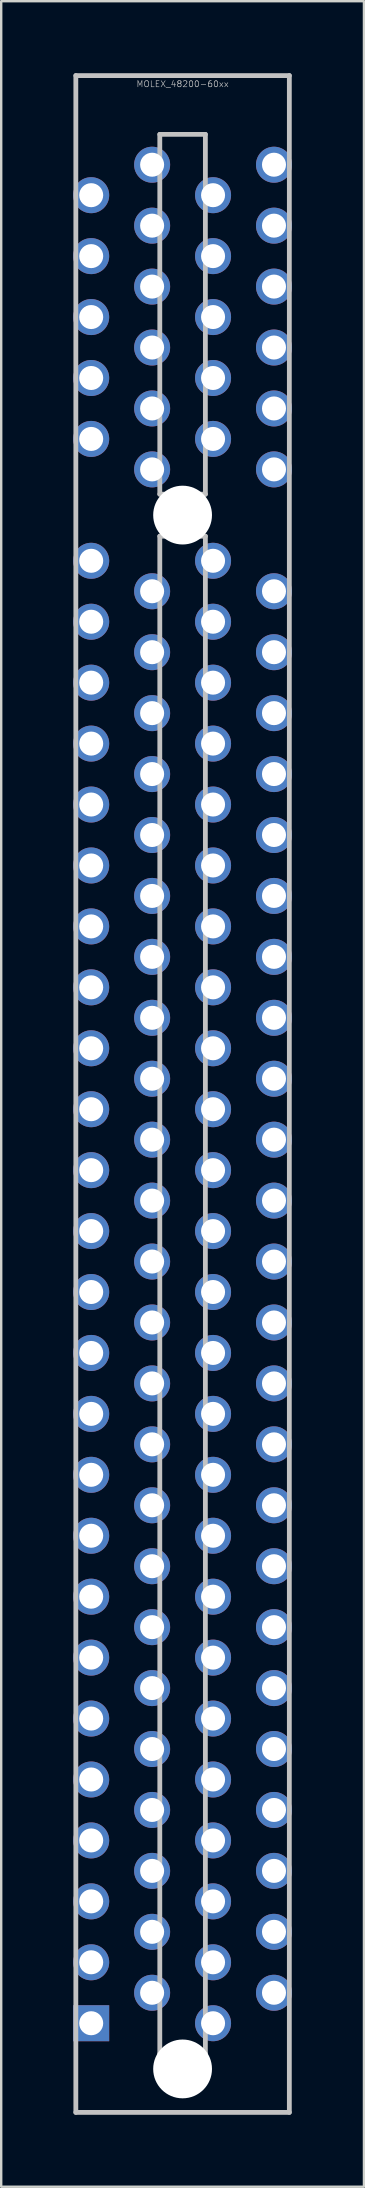
<source format=kicad_pcb>
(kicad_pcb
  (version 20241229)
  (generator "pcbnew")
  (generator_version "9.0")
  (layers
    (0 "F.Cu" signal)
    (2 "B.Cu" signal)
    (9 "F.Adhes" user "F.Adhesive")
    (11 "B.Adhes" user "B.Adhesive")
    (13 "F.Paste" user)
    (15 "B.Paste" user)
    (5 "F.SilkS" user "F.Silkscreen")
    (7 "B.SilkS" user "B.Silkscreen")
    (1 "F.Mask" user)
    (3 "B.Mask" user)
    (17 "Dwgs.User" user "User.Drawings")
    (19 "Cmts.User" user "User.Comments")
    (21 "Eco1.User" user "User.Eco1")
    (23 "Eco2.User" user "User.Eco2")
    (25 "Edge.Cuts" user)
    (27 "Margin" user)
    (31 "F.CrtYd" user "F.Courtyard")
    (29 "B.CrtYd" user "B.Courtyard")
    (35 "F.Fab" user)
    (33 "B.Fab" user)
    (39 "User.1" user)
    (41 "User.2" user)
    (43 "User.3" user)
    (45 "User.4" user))
  (footprint "MOLEX_48200-60xx"
    (layer "F.Cu")
    (at 4.561 42.551)
    (property "Reference" "MOLEX_48200-60xx" (at 0 -42.1 180) (layer "Dwgs.User") (effects (font (size 0.254 0.254) (thickness 0.025))))
    (attr through_hole)
    (fp_line (start -4.45 -42.451) (end -4.45 42.451) (stroke (width 0.2) (type solid)) (layer "Dwgs.User"))
    (fp_line (start -4.45 42.451) (end 4.45 42.451) (stroke (width 0.2) (type solid)) (layer "Dwgs.User"))
    (fp_line (start -0.95 -40) (end -0.95 -25.001) (stroke (width 0.2) (type solid)) (layer "Dwgs.User"))
    (fp_line (start -0.95 -25.001) (end 0.95 -25.001) (stroke (width 0.2) (type solid)) (layer "Dwgs.User"))
    (fp_line (start -0.95 -23.251) (end 0.95 -23.251) (stroke (width 0.2) (type solid)) (layer "Dwgs.User"))
    (fp_line (start -0.95 40) (end -0.95 -23.251) (stroke (width 0.2) (type solid)) (layer "Dwgs.User"))
    (fp_line (start 0.95 -40) (end -0.95 -40) (stroke (width 0.2) (type solid)) (layer "Dwgs.User"))
    (fp_line (start 0.95 -25.001) (end 0.95 -40) (stroke (width 0.2) (type solid)) (layer "Dwgs.User"))
    (fp_line (start 0.95 -23.251) (end 0.95 40) (stroke (width 0.2) (type solid)) (layer "Dwgs.User"))
    (fp_line (start 0.95 40) (end -0.95 40) (stroke (width 0.2) (type solid)) (layer "Dwgs.User"))
    (fp_line (start 4.45 -42.451) (end -4.45 -42.451) (stroke (width 0.2) (type solid)) (layer "Dwgs.User"))
    (fp_line (start 4.45 42.451) (end 4.45 -42.451) (stroke (width 0.2) (type solid)) (layer "Dwgs.User"))
    (pad "" np_thru_hole circle (at 0 -24.13 270) (size 2.451 2.451) (drill 2.451) (layers "*.Cu" "*.Mask"))
    (pad "" np_thru_hole circle (at 0 40.64 270) (size 2.451 2.451) (drill 2.451) (layers "*.Cu" "*.Mask"))
    (pad "A1" thru_hole rect (at -3.81 38.735) (size 1.501 1.501) (drill 1.001) (layers "*.Cu" "*.Mask"))
    (pad "A2" thru_hole circle (at -1.27 37.465 270) (size 1.501 1.501) (drill 1.001) (layers "*.Cu" "*.Mask"))
    (pad "A3" thru_hole circle (at -3.81 36.195 270) (size 1.501 1.501) (drill 1.001) (layers "*.Cu" "*.Mask"))
    (pad "A4" thru_hole circle (at -1.27 34.925 270) (size 1.501 1.501) (drill 1.001) (layers "*.Cu" "*.Mask"))
    (pad "A5" thru_hole circle (at -3.81 33.655 270) (size 1.501 1.501) (drill 1.001) (layers "*.Cu" "*.Mask"))
    (pad "A6" thru_hole circle (at -1.27 32.385 270) (size 1.501 1.501) (drill 1.001) (layers "*.Cu" "*.Mask"))
    (pad "A7" thru_hole circle (at -3.81 31.115 270) (size 1.501 1.501) (drill 1.001) (layers "*.Cu" "*.Mask"))
    (pad "A8" thru_hole circle (at -1.27 29.845 270) (size 1.501 1.501) (drill 1.001) (layers "*.Cu" "*.Mask"))
    (pad "A9" thru_hole circle (at -3.81 28.575 270) (size 1.501 1.501) (drill 1.001) (layers "*.Cu" "*.Mask"))
    (pad "A10" thru_hole circle (at -1.27 27.305 270) (size 1.501 1.501) (drill 1.001) (layers "*.Cu" "*.Mask"))
    (pad "A11" thru_hole circle (at -3.81 26.035 270) (size 1.501 1.501) (drill 1.001) (layers "*.Cu" "*.Mask"))
    (pad "A12" thru_hole circle (at -1.27 24.765 270) (size 1.501 1.501) (drill 1.001) (layers "*.Cu" "*.Mask"))
    (pad "A13" thru_hole circle (at -3.81 23.495 270) (size 1.501 1.501) (drill 1.001) (layers "*.Cu" "*.Mask"))
    (pad "A14" thru_hole circle (at -1.27 22.225 270) (size 1.501 1.501) (drill 1.001) (layers "*.Cu" "*.Mask"))
    (pad "A15" thru_hole circle (at -3.81 20.955 270) (size 1.501 1.501) (drill 1.001) (layers "*.Cu" "*.Mask"))
    (pad "A16" thru_hole circle (at -1.27 19.685 270) (size 1.501 1.501) (drill 1.001) (layers "*.Cu" "*.Mask"))
    (pad "A17" thru_hole circle (at -3.81 18.415 270) (size 1.501 1.501) (drill 1.001) (layers "*.Cu" "*.Mask"))
    (pad "A18" thru_hole circle (at -1.27 17.145 270) (size 1.501 1.501) (drill 1.001) (layers "*.Cu" "*.Mask"))
    (pad "A19" thru_hole circle (at -3.81 15.875 270) (size 1.501 1.501) (drill 1.001) (layers "*.Cu" "*.Mask"))
    (pad "A20" thru_hole circle (at -1.27 14.605 270) (size 1.501 1.501) (drill 1.001) (layers "*.Cu" "*.Mask"))
    (pad "A21" thru_hole circle (at -3.81 13.335 270) (size 1.501 1.501) (drill 1.001) (layers "*.Cu" "*.Mask"))
    (pad "A22" thru_hole circle (at -1.27 12.065 270) (size 1.501 1.501) (drill 1.001) (layers "*.Cu" "*.Mask"))
    (pad "A23" thru_hole circle (at -3.81 10.795 270) (size 1.501 1.501) (drill 1.001) (layers "*.Cu" "*.Mask"))
    (pad "A24" thru_hole circle (at -1.27 9.525 270) (size 1.501 1.501) (drill 1.001) (layers "*.Cu" "*.Mask"))
    (pad "A25" thru_hole circle (at -3.81 8.255 270) (size 1.501 1.501) (drill 1.001) (layers "*.Cu" "*.Mask"))
    (pad "A26" thru_hole circle (at -1.27 6.985 270) (size 1.501 1.501) (drill 1.001) (layers "*.Cu" "*.Mask"))
    (pad "A27" thru_hole circle (at -3.81 5.715 270) (size 1.501 1.501) (drill 1.001) (layers "*.Cu" "*.Mask"))
    (pad "A28" thru_hole circle (at -1.27 4.445 270) (size 1.501 1.501) (drill 1.001) (layers "*.Cu" "*.Mask"))
    (pad "A29" thru_hole circle (at -3.81 3.175 270) (size 1.501 1.501) (drill 1.001) (layers "*.Cu" "*.Mask"))
    (pad "A30" thru_hole circle (at -1.27 1.905 270) (size 1.501 1.501) (drill 1.001) (layers "*.Cu" "*.Mask"))
    (pad "A31" thru_hole circle (at -3.81 0.635 270) (size 1.501 1.501) (drill 1.001) (layers "*.Cu" "*.Mask"))
    (pad "A32" thru_hole circle (at -1.27 -0.635 270) (size 1.501 1.501) (drill 1.001) (layers "*.Cu" "*.Mask"))
    (pad "A33" thru_hole circle (at -3.81 -1.905 270) (size 1.501 1.501) (drill 1.001) (layers "*.Cu" "*.Mask"))
    (pad "A34" thru_hole circle (at -1.27 -3.175 270) (size 1.501 1.501) (drill 1.001) (layers "*.Cu" "*.Mask"))
    (pad "A35" thru_hole circle (at -3.81 -4.445 270) (size 1.501 1.501) (drill 1.001) (layers "*.Cu" "*.Mask"))
    (pad "A36" thru_hole circle (at -1.27 -5.715 270) (size 1.501 1.501) (drill 1.001) (layers "*.Cu" "*.Mask"))
    (pad "A37" thru_hole circle (at -3.81 -6.985 270) (size 1.501 1.501) (drill 1.001) (layers "*.Cu" "*.Mask"))
    (pad "A38" thru_hole circle (at -1.27 -8.255 270) (size 1.501 1.501) (drill 1.001) (layers "*.Cu" "*.Mask"))
    (pad "A39" thru_hole circle (at -3.81 -9.525 270) (size 1.501 1.501) (drill 1.001) (layers "*.Cu" "*.Mask"))
    (pad "A40" thru_hole circle (at -1.27 -10.795 270) (size 1.501 1.501) (drill 1.001) (layers "*.Cu" "*.Mask"))
    (pad "A41" thru_hole circle (at -3.81 -12.065 270) (size 1.501 1.501) (drill 1.001) (layers "*.Cu" "*.Mask"))
    (pad "A42" thru_hole circle (at -1.27 -13.335 270) (size 1.501 1.501) (drill 1.001) (layers "*.Cu" "*.Mask"))
    (pad "A43" thru_hole circle (at -3.81 -14.605 270) (size 1.501 1.501) (drill 1.001) (layers "*.Cu" "*.Mask"))
    (pad "A44" thru_hole circle (at -1.27 -15.875 270) (size 1.501 1.501) (drill 1.001) (layers "*.Cu" "*.Mask"))
    (pad "A45" thru_hole circle (at -3.81 -17.145 270) (size 1.501 1.501) (drill 1.001) (layers "*.Cu" "*.Mask"))
    (pad "A46" thru_hole circle (at -1.27 -18.415 270) (size 1.501 1.501) (drill 1.001) (layers "*.Cu" "*.Mask"))
    (pad "A47" thru_hole circle (at -3.81 -19.685 270) (size 1.501 1.501) (drill 1.001) (layers "*.Cu" "*.Mask"))
    (pad "A48" thru_hole circle (at -1.27 -20.955 270) (size 1.501 1.501) (drill 1.001) (layers "*.Cu" "*.Mask"))
    (pad "A49" thru_hole circle (at -3.81 -22.225 270) (size 1.501 1.501) (drill 1.001) (layers "*.Cu" "*.Mask"))
    (pad "A50" thru_hole circle (at -1.27 -26.035 270) (size 1.501 1.501) (drill 1.001) (layers "*.Cu" "*.Mask"))
    (pad "A51" thru_hole circle (at -3.81 -27.305 270) (size 1.501 1.501) (drill 1.001) (layers "*.Cu" "*.Mask"))
    (pad "A52" thru_hole circle (at -1.27 -28.575 270) (size 1.501 1.501) (drill 1.001) (layers "*.Cu" "*.Mask"))
    (pad "A53" thru_hole circle (at -3.81 -29.845 270) (size 1.501 1.501) (drill 1.001) (layers "*.Cu" "*.Mask"))
    (pad "A54" thru_hole circle (at -1.27 -31.115 270) (size 1.501 1.501) (drill 1.001) (layers "*.Cu" "*.Mask"))
    (pad "A55" thru_hole circle (at -3.81 -32.385 270) (size 1.501 1.501) (drill 1.001) (layers "*.Cu" "*.Mask"))
    (pad "A56" thru_hole circle (at -1.27 -33.655 270) (size 1.501 1.501) (drill 1.001) (layers "*.Cu" "*.Mask"))
    (pad "A57" thru_hole circle (at -3.81 -34.925 270) (size 1.501 1.501) (drill 1.001) (layers "*.Cu" "*.Mask"))
    (pad "A58" thru_hole circle (at -1.27 -36.195 270) (size 1.501 1.501) (drill 1.001) (layers "*.Cu" "*.Mask"))
    (pad "A59" thru_hole circle (at -3.81 -37.465 270) (size 1.501 1.501) (drill 1.001) (layers "*.Cu" "*.Mask"))
    (pad "A60" thru_hole circle (at -1.27 -38.735 270) (size 1.501 1.501) (drill 1.001) (layers "*.Cu" "*.Mask"))
    (pad "B1" thru_hole circle (at 1.27 38.735 270) (size 1.501 1.501) (drill 1.001) (layers "*.Cu" "*.Mask"))
    (pad "B2" thru_hole circle (at 3.81 37.465 270) (size 1.501 1.501) (drill 1.001) (layers "*.Cu" "*.Mask"))
    (pad "B3" thru_hole circle (at 1.27 36.195 270) (size 1.501 1.501) (drill 1.001) (layers "*.Cu" "*.Mask"))
    (pad "B4" thru_hole circle (at 3.81 34.925 270) (size 1.501 1.501) (drill 1.001) (layers "*.Cu" "*.Mask"))
    (pad "B5" thru_hole circle (at 1.27 33.655 270) (size 1.501 1.501) (drill 1.001) (layers "*.Cu" "*.Mask"))
    (pad "B6" thru_hole circle (at 3.81 32.385 270) (size 1.501 1.501) (drill 1.001) (layers "*.Cu" "*.Mask"))
    (pad "B7" thru_hole circle (at 1.27 31.115 270) (size 1.501 1.501) (drill 1.001) (layers "*.Cu" "*.Mask"))
    (pad "B8" thru_hole circle (at 3.81 29.845 270) (size 1.501 1.501) (drill 1.001) (layers "*.Cu" "*.Mask"))
    (pad "B9" thru_hole circle (at 1.27 28.575 270) (size 1.501 1.501) (drill 1.001) (layers "*.Cu" "*.Mask"))
    (pad "B10" thru_hole circle (at 3.81 27.305 270) (size 1.501 1.501) (drill 1.001) (layers "*.Cu" "*.Mask"))
    (pad "B11" thru_hole circle (at 1.27 26.035 270) (size 1.501 1.501) (drill 1.001) (layers "*.Cu" "*.Mask"))
    (pad "B12" thru_hole circle (at 3.81 24.765 270) (size 1.501 1.501) (drill 1.001) (layers "*.Cu" "*.Mask"))
    (pad "B13" thru_hole circle (at 1.27 23.495 270) (size 1.501 1.501) (drill 1.001) (layers "*.Cu" "*.Mask"))
    (pad "B14" thru_hole circle (at 3.81 22.225 270) (size 1.501 1.501) (drill 1.001) (layers "*.Cu" "*.Mask"))
    (pad "B15" thru_hole circle (at 1.27 20.955 270) (size 1.501 1.501) (drill 1.001) (layers "*.Cu" "*.Mask"))
    (pad "B16" thru_hole circle (at 3.81 19.685 270) (size 1.501 1.501) (drill 1.001) (layers "*.Cu" "*.Mask"))
    (pad "B17" thru_hole circle (at 1.27 18.415 270) (size 1.501 1.501) (drill 1.001) (layers "*.Cu" "*.Mask"))
    (pad "B18" thru_hole circle (at 3.81 17.145 270) (size 1.501 1.501) (drill 1.001) (layers "*.Cu" "*.Mask"))
    (pad "B19" thru_hole circle (at 1.27 15.875 270) (size 1.501 1.501) (drill 1.001) (layers "*.Cu" "*.Mask"))
    (pad "B20" thru_hole circle (at 3.81 14.605 270) (size 1.501 1.501) (drill 1.001) (layers "*.Cu" "*.Mask"))
    (pad "B21" thru_hole circle (at 1.27 13.335 270) (size 1.501 1.501) (drill 1.001) (layers "*.Cu" "*.Mask"))
    (pad "B22" thru_hole circle (at 3.81 12.065 270) (size 1.501 1.501) (drill 1.001) (layers "*.Cu" "*.Mask"))
    (pad "B23" thru_hole circle (at 1.27 10.795 270) (size 1.501 1.501) (drill 1.001) (layers "*.Cu" "*.Mask"))
    (pad "B24" thru_hole circle (at 3.81 9.525 270) (size 1.501 1.501) (drill 1.001) (layers "*.Cu" "*.Mask"))
    (pad "B25" thru_hole circle (at 1.27 8.255 270) (size 1.501 1.501) (drill 1.001) (layers "*.Cu" "*.Mask"))
    (pad "B26" thru_hole circle (at 3.81 6.985 270) (size 1.501 1.501) (drill 1.001) (layers "*.Cu" "*.Mask"))
    (pad "B27" thru_hole circle (at 1.27 5.715 270) (size 1.501 1.501) (drill 1.001) (layers "*.Cu" "*.Mask"))
    (pad "B28" thru_hole circle (at 3.81 4.445 270) (size 1.501 1.501) (drill 1.001) (layers "*.Cu" "*.Mask"))
    (pad "B29" thru_hole circle (at 1.27 3.175 270) (size 1.501 1.501) (drill 1.001) (layers "*.Cu" "*.Mask"))
    (pad "B30" thru_hole circle (at 3.81 1.905 270) (size 1.501 1.501) (drill 1.001) (layers "*.Cu" "*.Mask"))
    (pad "B31" thru_hole circle (at 1.27 0.635 270) (size 1.501 1.501) (drill 1.001) (layers "*.Cu" "*.Mask"))
    (pad "B32" thru_hole circle (at 3.81 -0.635 270) (size 1.501 1.501) (drill 1.001) (layers "*.Cu" "*.Mask"))
    (pad "B33" thru_hole circle (at 1.27 -1.905 270) (size 1.501 1.501) (drill 1.001) (layers "*.Cu" "*.Mask"))
    (pad "B34" thru_hole circle (at 3.81 -3.175 270) (size 1.501 1.501) (drill 1.001) (layers "*.Cu" "*.Mask"))
    (pad "B35" thru_hole circle (at 1.27 -4.445 270) (size 1.501 1.501) (drill 1.001) (layers "*.Cu" "*.Mask"))
    (pad "B36" thru_hole circle (at 3.81 -5.715 270) (size 1.501 1.501) (drill 1.001) (layers "*.Cu" "*.Mask"))
    (pad "B37" thru_hole circle (at 1.27 -6.985 270) (size 1.501 1.501) (drill 1.001) (layers "*.Cu" "*.Mask"))
    (pad "B38" thru_hole circle (at 3.81 -8.255 270) (size 1.501 1.501) (drill 1.001) (layers "*.Cu" "*.Mask"))
    (pad "B39" thru_hole circle (at 1.27 -9.525 270) (size 1.501 1.501) (drill 1.001) (layers "*.Cu" "*.Mask"))
    (pad "B40" thru_hole circle (at 3.81 -10.795 270) (size 1.501 1.501) (drill 1.001) (layers "*.Cu" "*.Mask"))
    (pad "B41" thru_hole circle (at 1.27 -12.065 270) (size 1.501 1.501) (drill 1.001) (layers "*.Cu" "*.Mask"))
    (pad "B42" thru_hole circle (at 3.81 -13.335 270) (size 1.501 1.501) (drill 1.001) (layers "*.Cu" "*.Mask"))
    (pad "B43" thru_hole circle (at 1.27 -14.605 270) (size 1.501 1.501) (drill 1.001) (layers "*.Cu" "*.Mask"))
    (pad "B44" thru_hole circle (at 3.81 -15.875 270) (size 1.501 1.501) (drill 1.001) (layers "*.Cu" "*.Mask"))
    (pad "B45" thru_hole circle (at 1.27 -17.145 270) (size 1.501 1.501) (drill 1.001) (layers "*.Cu" "*.Mask"))
    (pad "B46" thru_hole circle (at 3.81 -18.415 270) (size 1.501 1.501) (drill 1.001) (layers "*.Cu" "*.Mask"))
    (pad "B47" thru_hole circle (at 1.27 -19.685 270) (size 1.501 1.501) (drill 1.001) (layers "*.Cu" "*.Mask"))
    (pad "B48" thru_hole circle (at 3.81 -20.955 270) (size 1.501 1.501) (drill 1.001) (layers "*.Cu" "*.Mask"))
    (pad "B49" thru_hole circle (at 1.27 -22.225 270) (size 1.501 1.501) (drill 1.001) (layers "*.Cu" "*.Mask"))
    (pad "B50" thru_hole circle (at 3.81 -26.035 270) (size 1.501 1.501) (drill 1.001) (layers "*.Cu" "*.Mask"))
    (pad "B51" thru_hole circle (at 1.27 -27.305 270) (size 1.501 1.501) (drill 1.001) (layers "*.Cu" "*.Mask"))
    (pad "B52" thru_hole circle (at 3.81 -28.575 270) (size 1.501 1.501) (drill 1.001) (layers "*.Cu" "*.Mask"))
    (pad "B53" thru_hole circle (at 1.27 -29.845 270) (size 1.501 1.501) (drill 1.001) (layers "*.Cu" "*.Mask"))
    (pad "B54" thru_hole circle (at 3.81 -31.115 270) (size 1.501 1.501) (drill 1.001) (layers "*.Cu" "*.Mask"))
    (pad "B55" thru_hole circle (at 1.27 -32.385 270) (size 1.501 1.501) (drill 1.001) (layers "*.Cu" "*.Mask"))
    (pad "B56" thru_hole circle (at 3.81 -33.655 270) (size 1.501 1.501) (drill 1.001) (layers "*.Cu" "*.Mask"))
    (pad "B57" thru_hole circle (at 1.27 -34.925 270) (size 1.501 1.501) (drill 1.001) (layers "*.Cu" "*.Mask"))
    (pad "B58" thru_hole circle (at 3.81 -36.195 270) (size 1.501 1.501) (drill 1.001) (layers "*.Cu" "*.Mask"))
    (pad "B59" thru_hole circle (at 1.27 -37.465 270) (size 1.501 1.501) (drill 1.001) (layers "*.Cu" "*.Mask"))
    (pad "B60" thru_hole circle (at 3.81 -38.735 270) (size 1.501 1.501) (drill 1.001) (layers "*.Cu" "*.Mask")))
  (gr_rect
    (start -3 -3)
    (end 12.121 88.102)
    (stroke (width 0.1) (type default))
    (fill no)
    (layer "Edge.Cuts")))
</source>
